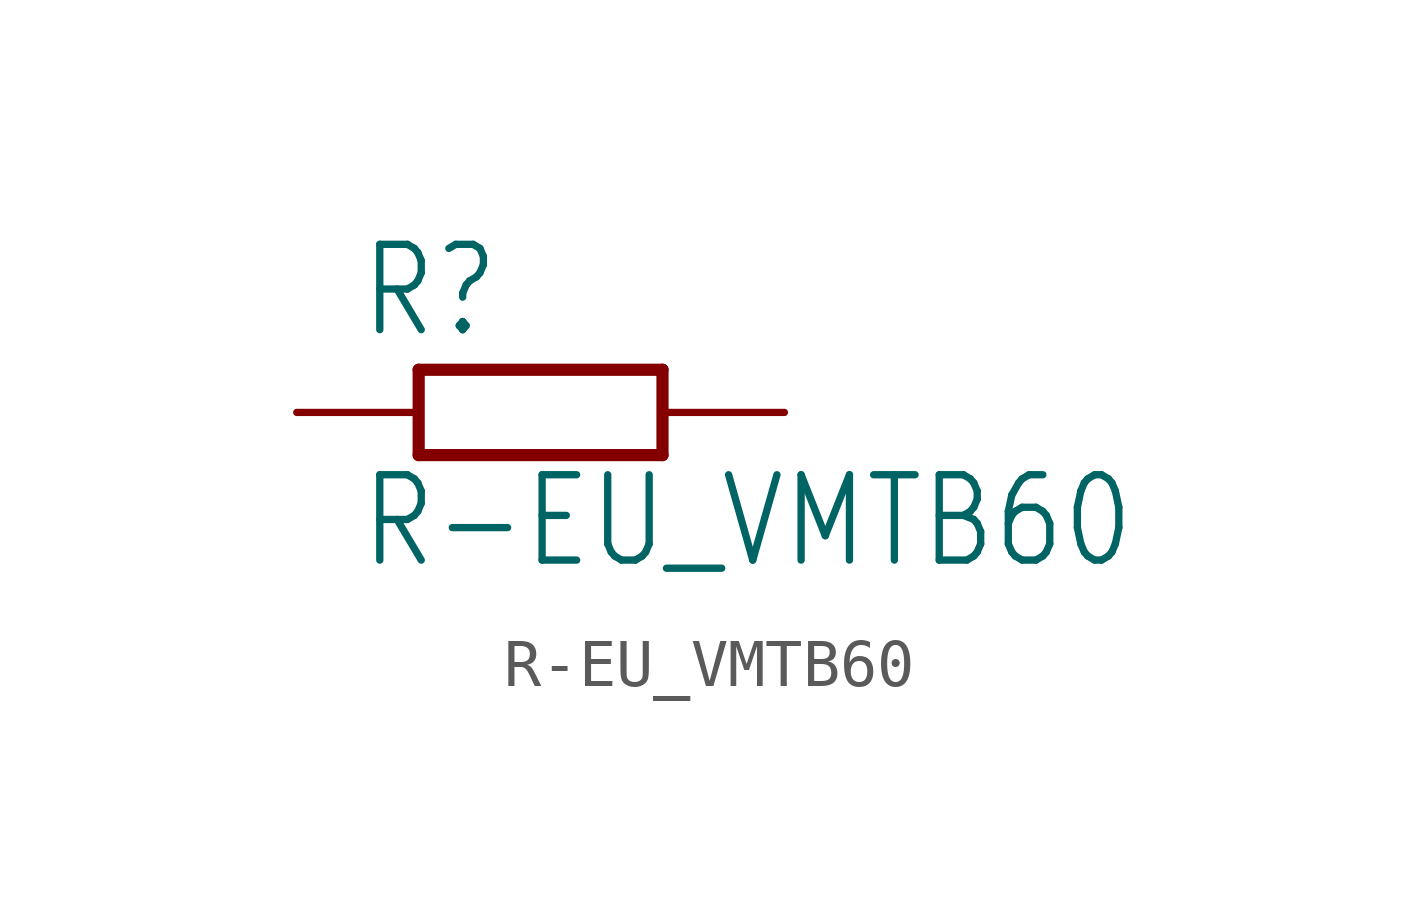
<source format=kicad_sym>
(kicad_symbol_lib
  (version 20231120)
  (generator "kicad_symbol_editor")
  (generator_version "8.0")
  (symbol "R-EU_VMTB60"
    (property "Reference" "R"
      (at -3.81 1.499 0)
      (effects (font (size 1.778 1.511)) (justify left bottom)))
    (property "Value" "R-EU_VMTB60"
      (at -3.81 -3.302 0)
      (effects (font (size 1.778 1.511)) (justify left bottom)))
    (property "ki_locked" ""
      (at 0 0 0)
      (effects (font (size 1.27 1.27))))
    (symbol "R-EU_VMTB60_1_0"
      (polyline (pts (xy -2.54 -0.889) (xy -2.54 0.889)) (stroke (width 0.254) (type default)) (fill (type none)))
      (polyline (pts (xy -2.54 -0.889) (xy 2.54 -0.889)) (stroke (width 0.254) (type default)) (fill (type none)))
      (polyline (pts (xy 2.54 -0.889) (xy 2.54 0.889)) (stroke (width 0.254) (type default)) (fill (type none)))
      (polyline (pts (xy 2.54 0.889) (xy -2.54 0.889)) (stroke (width 0.254) (type default)) (fill (type none)))
      (pin passive line (at -5.08 0 0) (length 2.54) (name "1" (effects (font (size 0 0)))) (number "1" (effects (font (size 0 0)))))
      (pin passive line (at 5.08 0 180) (length 2.54) (name "2" (effects (font (size 0 0)))) (number "2" (effects (font (size 0 0))))))))
</source>
